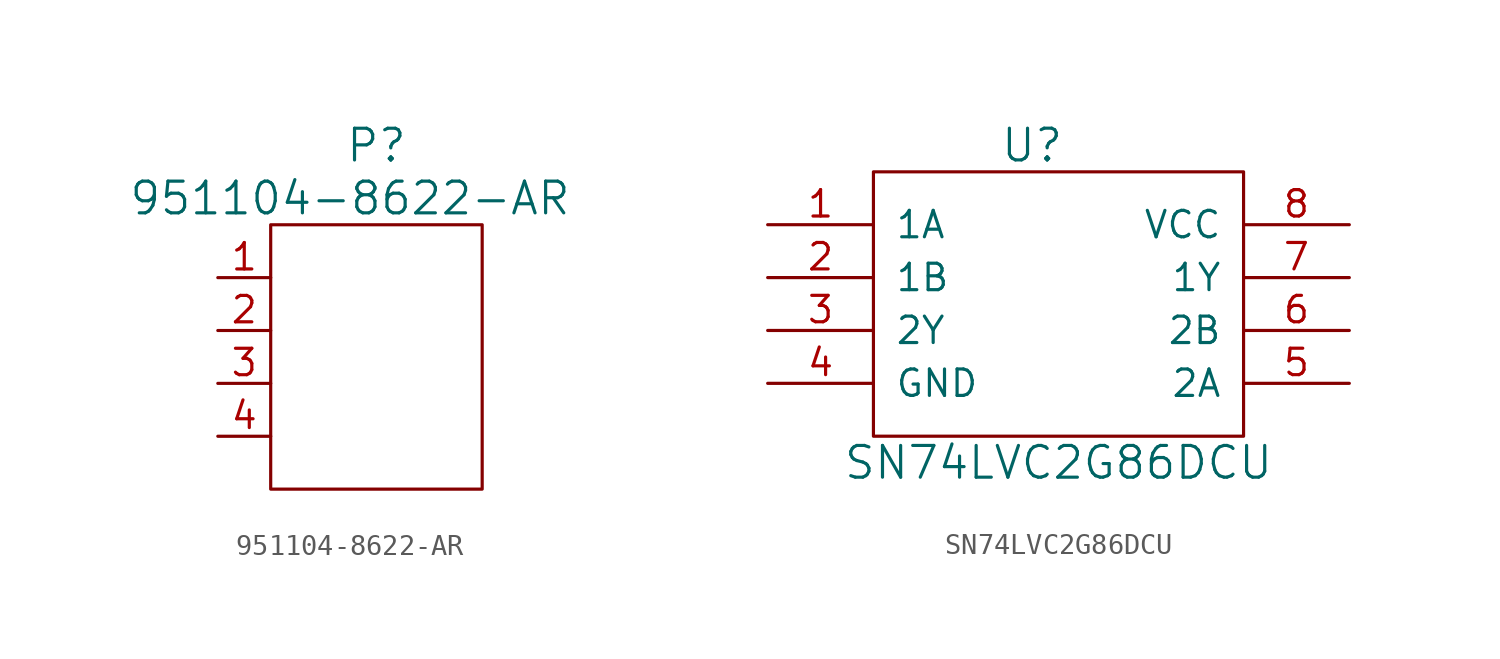
<source format=kicad_sym>
(kicad_symbol_lib
  (version 20220914)
  (generator kicad_symbol_editor)
  (symbol "951104-8622-AR"
    (pin_names
      (offset 1.016) hide)
    (property "Reference" "P"
      (at 5.08 16.51 0)
      (effects (font (size 1.524 1.524))))
    (property "Value" "951104-8622-AR"
      (at 3.81 13.97 0)
      (effects (font (size 1.524 1.524))))
    (symbol "951104-8622-AR_0_1"
      (rectangle (start 0 0) (end 10.16 12.7) (stroke (width 0) (type solid)) (fill (type none))))
    (symbol "951104-8622-AR_1_1"
      (pin passive line (at -2.54 10.16 0) (length 2.54) (name "1" (effects (font (size 1.27 1.27)))) (number "1" (effects (font (size 1.27 1.27)))))
      (pin passive line (at -2.54 7.62 0) (length 2.54) (name "2" (effects (font (size 1.27 1.27)))) (number "2" (effects (font (size 1.27 1.27)))))
      (pin passive line (at -2.54 5.08 0) (length 2.54) (name "3" (effects (font (size 1.27 1.27)))) (number "3" (effects (font (size 1.27 1.27)))))
      (pin passive line (at -2.54 2.54 0) (length 2.54) (name "4" (effects (font (size 1.27 1.27)))) (number "4" (effects (font (size 1.27 1.27)))))))
  (symbol "SN74LVC2G86DCU"
    (pin_names
      (offset 1.016))
    (property "Reference" "U"
      (at 7.62 13.97 0)
      (effects (font (size 1.524 1.524))))
    (property "Value" "SN74LVC2G86DCU"
      (at 8.89 -1.27 0)
      (effects (font (size 1.524 1.524))))
    (symbol "SN74LVC2G86DCU_0_1"
      (rectangle (start 17.78 12.7) (end 0 0) (stroke (width 0) (type solid)) (fill (type none))))
    (symbol "SN74LVC2G86DCU_1_1"
      (pin input line (at -5.08 10.16 0) (length 5.08) (name "1A" (effects (font (size 1.27 1.27)))) (number "1" (effects (font (size 1.27 1.27)))))
      (pin input line (at -5.08 7.62 0) (length 5.08) (name "1B" (effects (font (size 1.27 1.27)))) (number "2" (effects (font (size 1.27 1.27)))))
      (pin output line (at -5.08 5.08 0) (length 5.08) (name "2Y" (effects (font (size 1.27 1.27)))) (number "3" (effects (font (size 1.27 1.27)))))
      (pin power_in line (at -5.08 2.54 0) (length 5.08) (name "GND" (effects (font (size 1.27 1.27)))) (number "4" (effects (font (size 1.27 1.27)))))
      (pin input line (at 22.86 2.54 180) (length 5.08) (name "2A" (effects (font (size 1.27 1.27)))) (number "5" (effects (font (size 1.27 1.27)))))
      (pin input line (at 22.86 5.08 180) (length 5.08) (name "2B" (effects (font (size 1.27 1.27)))) (number "6" (effects (font (size 1.27 1.27)))))
      (pin output line (at 22.86 7.62 180) (length 5.08) (name "1Y" (effects (font (size 1.27 1.27)))) (number "7" (effects (font (size 1.27 1.27)))))
      (pin power_in line (at 22.86 10.16 180) (length 5.08) (name "VCC" (effects (font (size 1.27 1.27)))) (number "8" (effects (font (size 1.27 1.27))))))))
</source>
